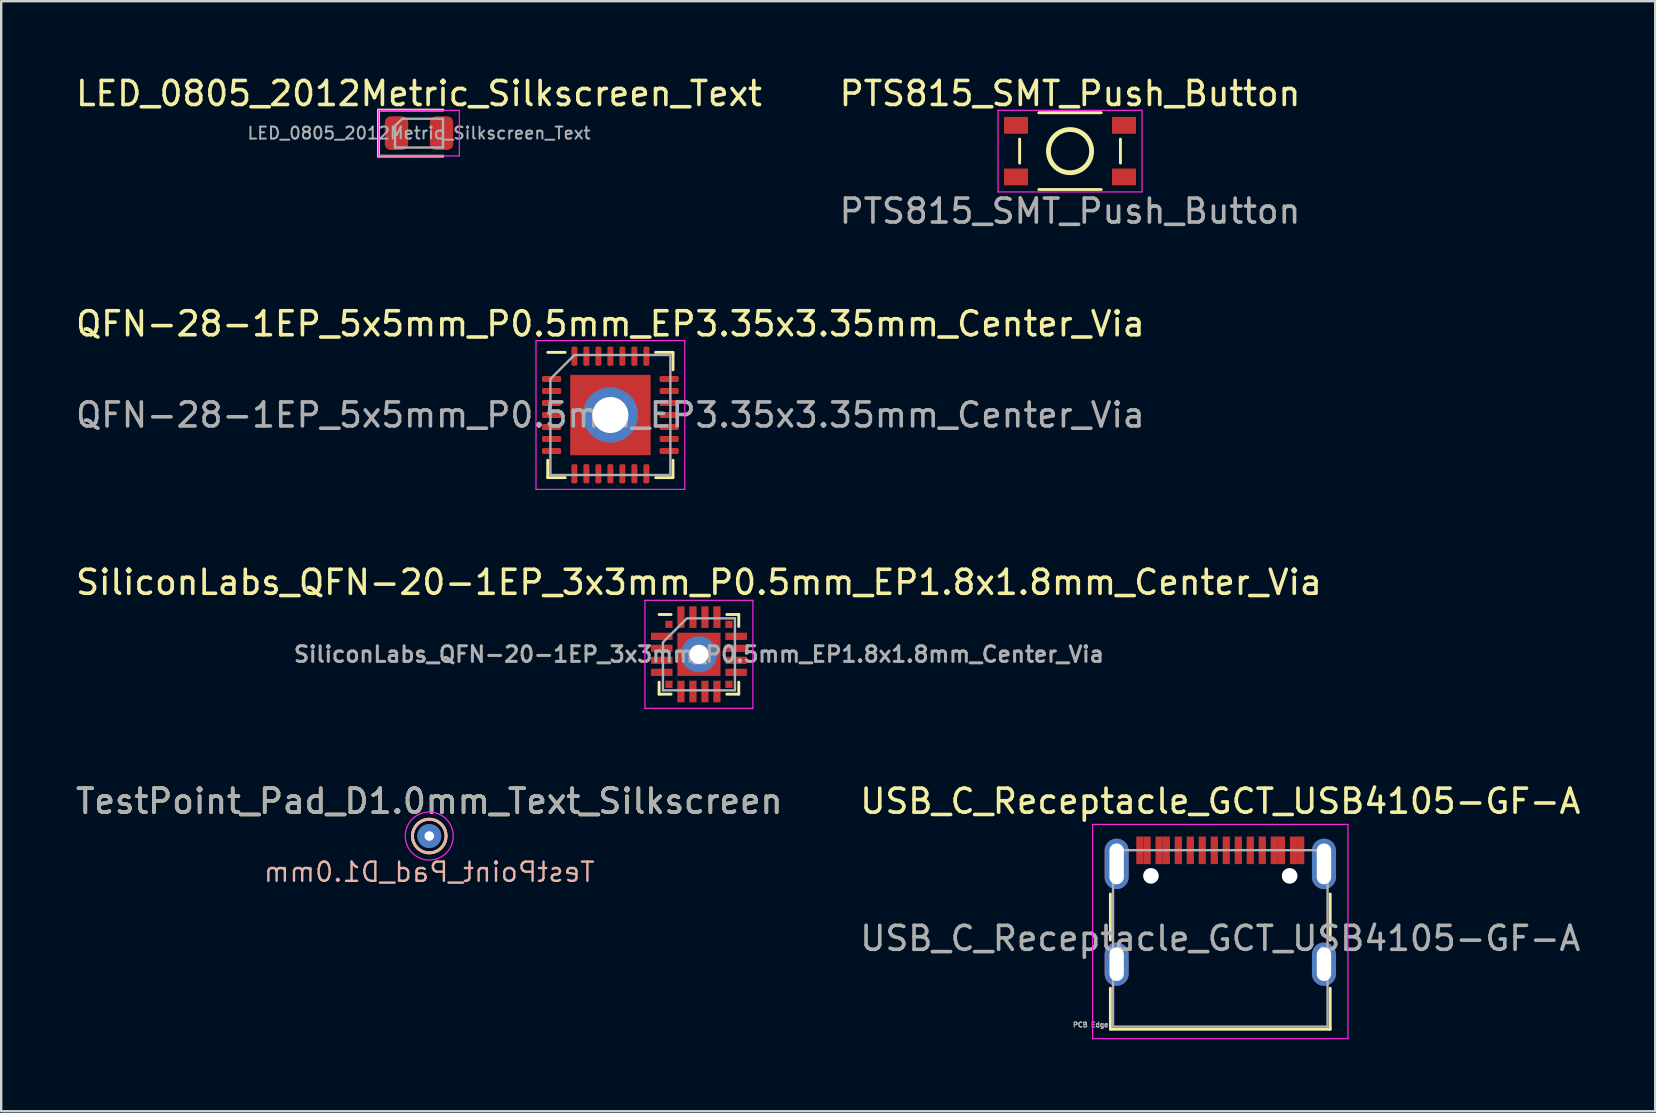
<source format=kicad_pcb>
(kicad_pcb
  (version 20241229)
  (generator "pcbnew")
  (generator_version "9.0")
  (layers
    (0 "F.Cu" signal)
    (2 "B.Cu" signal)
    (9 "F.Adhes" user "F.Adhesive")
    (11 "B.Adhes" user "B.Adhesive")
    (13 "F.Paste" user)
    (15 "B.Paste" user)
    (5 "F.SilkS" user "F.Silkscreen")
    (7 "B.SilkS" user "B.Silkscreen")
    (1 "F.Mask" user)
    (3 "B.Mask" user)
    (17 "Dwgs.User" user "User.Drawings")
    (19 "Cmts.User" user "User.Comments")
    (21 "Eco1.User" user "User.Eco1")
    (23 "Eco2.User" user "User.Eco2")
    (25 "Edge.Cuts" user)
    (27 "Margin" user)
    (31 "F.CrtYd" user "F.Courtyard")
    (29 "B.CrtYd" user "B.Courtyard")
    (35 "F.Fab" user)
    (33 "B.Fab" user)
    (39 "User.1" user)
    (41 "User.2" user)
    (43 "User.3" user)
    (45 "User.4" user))
  (footprint "QFN-28-1EP_5x5mm_P0.5mm_EP3.35x3.35mm_Center_Via"
    (layer "F.Cu")
    (at 22.387 14.245)
    (property "Reference" "QFN-28-1EP_5x5mm_P0.5mm_EP3.35x3.35mm_Center_Via" (at 0 -3.8 0) (layer "F.SilkS") (effects (font (size 1 1) (thickness 0.15))))
    (attr smd)
    (fp_line (start -2.61 2.61) (end -2.61 1.885) (stroke (width 0.12) (type solid)) (layer "F.SilkS"))
    (fp_line (start -1.885 -2.61) (end -2.61 -2.61) (stroke (width 0.12) (type solid)) (layer "F.SilkS"))
    (fp_line (start -1.885 2.61) (end -2.61 2.61) (stroke (width 0.12) (type solid)) (layer "F.SilkS"))
    (fp_line (start 1.885 -2.61) (end 2.61 -2.61) (stroke (width 0.12) (type solid)) (layer "F.SilkS"))
    (fp_line (start 1.885 2.61) (end 2.61 2.61) (stroke (width 0.12) (type solid)) (layer "F.SilkS"))
    (fp_line (start 2.61 -2.61) (end 2.61 -1.885) (stroke (width 0.12) (type solid)) (layer "F.SilkS"))
    (fp_line (start 2.61 2.61) (end 2.61 1.885) (stroke (width 0.12) (type solid)) (layer "F.SilkS"))
    (fp_line (start -3.1 -3.1) (end -3.1 3.1) (stroke (width 0.05) (type solid)) (layer "F.CrtYd"))
    (fp_line (start -3.1 3.1) (end 3.1 3.1) (stroke (width 0.05) (type solid)) (layer "F.CrtYd"))
    (fp_line (start 3.1 -3.1) (end -3.1 -3.1) (stroke (width 0.05) (type solid)) (layer "F.CrtYd"))
    (fp_line (start 3.1 3.1) (end 3.1 -3.1) (stroke (width 0.05) (type solid)) (layer "F.CrtYd"))
    (fp_line (start -2.5 -1.5) (end -1.5 -2.5) (stroke (width 0.1) (type solid)) (layer "F.Fab"))
    (fp_line (start -2.5 2.5) (end -2.5 -1.5) (stroke (width 0.1) (type solid)) (layer "F.Fab"))
    (fp_line (start -1.5 -2.5) (end 2.5 -2.5) (stroke (width 0.1) (type solid)) (layer "F.Fab"))
    (fp_line (start 2.5 -2.5) (end 2.5 2.5) (stroke (width 0.1) (type solid)) (layer "F.Fab"))
    (fp_line (start 2.5 2.5) (end -2.5 2.5) (stroke (width 0.1) (type solid)) (layer "F.Fab"))
    (fp_text user "${REFERENCE}" (at 0 0 0) (layer "F.Fab") (effects (font (size 1 1) (thickness 0.15))))
    (pad "" smd roundrect (at -1.12 -1.12) (size 0.9 0.9) (layers "F.Paste") (roundrect_rratio 0.25))
    (pad "" smd roundrect (at -1.12 0) (size 0.9 0.9) (layers "F.Paste") (roundrect_rratio 0.25))
    (pad "" smd roundrect (at -1.12 1.12) (size 0.9 0.9) (layers "F.Paste") (roundrect_rratio 0.25))
    (pad "" smd roundrect (at 0 -1.12) (size 0.9 0.9) (layers "F.Paste") (roundrect_rratio 0.25))
    (pad "" smd roundrect (at 0 1.12) (size 0.9 0.9) (layers "F.Paste") (roundrect_rratio 0.25))
    (pad "" smd roundrect (at 1.12 -1.12) (size 0.9 0.9) (layers "F.Paste") (roundrect_rratio 0.25))
    (pad "" smd roundrect (at 1.12 0) (size 0.9 0.9) (layers "F.Paste") (roundrect_rratio 0.25))
    (pad "" smd roundrect (at 1.12 1.12) (size 0.9 0.9) (layers "F.Paste") (roundrect_rratio 0.25))
    (pad "1" smd roundrect (at -2.45 -1.5) (size 0.8 0.25) (layers "F.Cu" "F.Mask" "F.Paste") (roundrect_rratio 0.25))
    (pad "2" smd roundrect (at -2.45 -1) (size 0.8 0.25) (layers "F.Cu" "F.Mask" "F.Paste") (roundrect_rratio 0.25))
    (pad "3" smd roundrect (at -2.45 -0.5) (size 0.8 0.25) (layers "F.Cu" "F.Mask" "F.Paste") (roundrect_rratio 0.25))
    (pad "4" smd roundrect (at -2.45 0) (size 0.8 0.25) (layers "F.Cu" "F.Mask" "F.Paste") (roundrect_rratio 0.25))
    (pad "5" smd roundrect (at -2.45 0.5) (size 0.8 0.25) (layers "F.Cu" "F.Mask" "F.Paste") (roundrect_rratio 0.25))
    (pad "6" smd roundrect (at -2.45 1) (size 0.8 0.25) (layers "F.Cu" "F.Mask" "F.Paste") (roundrect_rratio 0.25))
    (pad "7" smd roundrect (at -2.45 1.5) (size 0.8 0.25) (layers "F.Cu" "F.Mask" "F.Paste") (roundrect_rratio 0.25))
    (pad "8" smd roundrect (at -1.5 2.45) (size 0.25 0.8) (layers "F.Cu" "F.Mask" "F.Paste") (roundrect_rratio 0.25))
    (pad "9" smd roundrect (at -1 2.45) (size 0.25 0.8) (layers "F.Cu" "F.Mask" "F.Paste") (roundrect_rratio 0.25))
    (pad "10" smd roundrect (at -0.5 2.45) (size 0.25 0.8) (layers "F.Cu" "F.Mask" "F.Paste") (roundrect_rratio 0.25))
    (pad "11" smd roundrect (at 0 2.45) (size 0.25 0.8) (layers "F.Cu" "F.Mask" "F.Paste") (roundrect_rratio 0.25))
    (pad "12" smd roundrect (at 0.5 2.45) (size 0.25 0.8) (layers "F.Cu" "F.Mask" "F.Paste") (roundrect_rratio 0.25))
    (pad "13" smd roundrect (at 1 2.45) (size 0.25 0.8) (layers "F.Cu" "F.Mask" "F.Paste") (roundrect_rratio 0.25))
    (pad "14" smd roundrect (at 1.5 2.45) (size 0.25 0.8) (layers "F.Cu" "F.Mask" "F.Paste") (roundrect_rratio 0.25))
    (pad "15" smd roundrect (at 2.45 1.5) (size 0.8 0.25) (layers "F.Cu" "F.Mask" "F.Paste") (roundrect_rratio 0.25))
    (pad "16" smd roundrect (at 2.45 1) (size 0.8 0.25) (layers "F.Cu" "F.Mask" "F.Paste") (roundrect_rratio 0.25))
    (pad "17" smd roundrect (at 2.45 0.5) (size 0.8 0.25) (layers "F.Cu" "F.Mask" "F.Paste") (roundrect_rratio 0.25))
    (pad "18" smd roundrect (at 2.45 0) (size 0.8 0.25) (layers "F.Cu" "F.Mask" "F.Paste") (roundrect_rratio 0.25))
    (pad "19" smd roundrect (at 2.45 -0.5) (size 0.8 0.25) (layers "F.Cu" "F.Mask" "F.Paste") (roundrect_rratio 0.25))
    (pad "20" smd roundrect (at 2.45 -1) (size 0.8 0.25) (layers "F.Cu" "F.Mask" "F.Paste") (roundrect_rratio 0.25))
    (pad "21" smd roundrect (at 2.45 -1.5) (size 0.8 0.25) (layers "F.Cu" "F.Mask" "F.Paste") (roundrect_rratio 0.25))
    (pad "22" smd roundrect (at 1.5 -2.45) (size 0.25 0.8) (layers "F.Cu" "F.Mask" "F.Paste") (roundrect_rratio 0.25))
    (pad "23" smd roundrect (at 1 -2.45) (size 0.25 0.8) (layers "F.Cu" "F.Mask" "F.Paste") (roundrect_rratio 0.25))
    (pad "24" smd roundrect (at 0.5 -2.45) (size 0.25 0.8) (layers "F.Cu" "F.Mask" "F.Paste") (roundrect_rratio 0.25))
    (pad "25" smd roundrect (at 0 -2.45) (size 0.25 0.8) (layers "F.Cu" "F.Mask" "F.Paste") (roundrect_rratio 0.25))
    (pad "26" smd roundrect (at -0.5 -2.45) (size 0.25 0.8) (layers "F.Cu" "F.Mask" "F.Paste") (roundrect_rratio 0.25))
    (pad "27" smd roundrect (at -1 -2.45) (size 0.25 0.8) (layers "F.Cu" "F.Mask" "F.Paste") (roundrect_rratio 0.25))
    (pad "28" smd roundrect (at -1.5 -2.45) (size 0.25 0.8) (layers "F.Cu" "F.Mask" "F.Paste") (roundrect_rratio 0.25))
    (pad "29" thru_hole circle (at 0 0) (size 2.3 2.3) (drill 1.5) (layers "*.Cu" "*.Mask"))
    (pad "29" smd rect (at 0 0) (size 3.35 3.35) (layers "F.Cu" "F.Mask")))
  (footprint "PTS815_SMT_Push_Button"
    (layer "F.Cu")
    (at 41.542 3.248)
    (property "Reference" "PTS815_SMT_Push_Button" (at 0 -2.4 0) (unlocked yes) (layer "F.SilkS") (effects (font (size 1 1) (thickness 0.15))))
    (attr smd)
    (fp_line (start -2.1 -0.5) (end -2.1 0.5) (stroke (width 0.12) (type solid)) (layer "F.SilkS"))
    (fp_line (start -1.3 -1.6) (end 1.3 -1.6) (stroke (width 0.12) (type solid)) (layer "F.SilkS"))
    (fp_line (start -1.3 1.6) (end 1.3 1.6) (stroke (width 0.12) (type solid)) (layer "F.SilkS"))
    (fp_line (start 2.1 -0.5) (end 2.1 0.5) (stroke (width 0.12) (type solid)) (layer "F.SilkS"))
    (fp_circle (center 0 0) (end 0.9 0) (stroke (width 0.2) (type solid)) (fill no) (layer "F.SilkS"))
    (fp_line (start -3 -1.7) (end 3 -1.7) (stroke (width 0.05) (type solid)) (layer "F.CrtYd"))
    (fp_line (start -3 1.7) (end -3 -1.7) (stroke (width 0.05) (type solid)) (layer "F.CrtYd"))
    (fp_line (start 3 -1.7) (end 3 1.7) (stroke (width 0.05) (type solid)) (layer "F.CrtYd"))
    (fp_line (start 3 1.7) (end -3 1.7) (stroke (width 0.05) (type solid)) (layer "F.CrtYd"))
    (fp_text user "${REFERENCE}" (at 0 2.5 0) (unlocked yes) (layer "F.Fab") (effects (font (size 1 1) (thickness 0.15))))
    (pad "1" smd rect (at -2.25 -1.075) (size 1 0.7) (layers "F.Cu" "F.Mask" "F.Paste"))
    (pad "2" smd rect (at 2.25 -1.075) (size 1 0.7) (layers "F.Cu" "F.Mask" "F.Paste"))
    (pad "3" smd rect (at -2.25 1.075) (size 1 0.7) (layers "F.Cu" "F.Mask" "F.Paste"))
    (pad "4" smd rect (at 2.25 1.075) (size 1 0.7) (layers "F.Cu" "F.Mask" "F.Paste")))
  (footprint "TestPoint_Pad_D1.0mm_Text_Silkscreen"
    (layer "F.Cu")
    (at 14.839 31.791)
    (property "Reference" "TestPoint_Pad_D1.0mm_Text_Silkscreen" (at 0 -1.448 0) (layer "F.SilkS") (effects (font (size 1 1) (thickness 0.15))))
    (property "Value" "TestPoint_Pad_D1.0mm" (at 0 1.55 0) (layer "F.SilkS") (hide yes) (effects (font (size 0.8 0.8) (thickness 0.1))))
    (attr through_hole exclude_from_pos_files exclude_from_bom)
    (fp_circle (center 0 0) (end 0 0.7) (stroke (width 0.12) (type solid)) (fill no) (layer "F.SilkS"))
    (fp_circle (center 0 0) (end 0 0.7) (stroke (width 0.12) (type solid)) (fill no) (layer "B.SilkS"))
    (fp_circle (center 0 0) (end 1 0) (stroke (width 0.05) (type solid)) (fill no) (layer "F.CrtYd"))
    (fp_text user "${VALUE}" (at 0 1.5 0) (layer "B.SilkS") (effects (font (size 0.8 0.8) (thickness 0.1)) (justify mirror)))
    (fp_text user "${REFERENCE}" (at 0 -1.45 0) (layer "F.Fab") (effects (font (size 1 1) (thickness 0.15))))
    (pad "1" thru_hole circle (at 0 0) (size 1 1) (drill 0.4) (layers "*.Cu" "*.Mask")))
  (footprint "SiliconLabs_QFN-20-1EP_3x3mm_P0.5mm_EP1.8x1.8mm_Center_Via"
    (layer "F.Cu")
    (at 26.077 24.218)
    (property "Reference" "SiliconLabs_QFN-20-1EP_3x3mm_P0.5mm_EP1.8x1.8mm_Center_Via" (at 0 -3 0) (layer "F.SilkS") (effects (font (size 1 1) (thickness 0.15))))
    (attr smd)
    (fp_line (start -1.66 -1.66) (end -1.16 -1.66) (stroke (width 0.12) (type solid)) (layer "F.SilkS"))
    (fp_line (start -1.66 1.66) (end -1.66 1.16) (stroke (width 0.12) (type solid)) (layer "F.SilkS"))
    (fp_line (start -1.16 1.66) (end -1.66 1.66) (stroke (width 0.12) (type solid)) (layer "F.SilkS"))
    (fp_line (start 1.16 -1.66) (end 1.66 -1.66) (stroke (width 0.12) (type solid)) (layer "F.SilkS"))
    (fp_line (start 1.16 1.66) (end 1.66 1.66) (stroke (width 0.12) (type solid)) (layer "F.SilkS"))
    (fp_line (start 1.66 -1.66) (end 1.66 -1.16) (stroke (width 0.12) (type solid)) (layer "F.SilkS"))
    (fp_line (start 1.66 1.66) (end 1.66 1.16) (stroke (width 0.12) (type solid)) (layer "F.SilkS"))
    (fp_line (start -2.25 -2.25) (end -2.25 2.25) (stroke (width 0.05) (type solid)) (layer "F.CrtYd"))
    (fp_line (start -2.25 2.25) (end 2.25 2.25) (stroke (width 0.05) (type solid)) (layer "F.CrtYd"))
    (fp_line (start 2.25 -2.25) (end -2.25 -2.25) (stroke (width 0.05) (type solid)) (layer "F.CrtYd"))
    (fp_line (start 2.25 2.25) (end 2.25 -2.25) (stroke (width 0.05) (type solid)) (layer "F.CrtYd"))
    (fp_line (start -1.5 -0.5) (end -0.5 -1.5) (stroke (width 0.1) (type solid)) (layer "F.Fab"))
    (fp_line (start -1.5 1.5) (end -1.5 -0.5) (stroke (width 0.1) (type solid)) (layer "F.Fab"))
    (fp_line (start -0.5 -1.5) (end 1.5 -1.5) (stroke (width 0.1) (type solid)) (layer "F.Fab"))
    (fp_line (start 1.5 -1.5) (end 1.5 1.5) (stroke (width 0.1) (type solid)) (layer "F.Fab"))
    (fp_line (start 1.5 1.5) (end -1.5 1.5) (stroke (width 0.1) (type solid)) (layer "F.Fab"))
    (fp_text user "${REFERENCE}" (at 0 0 0) (layer "F.Fab") (effects (font (size 0.65 0.65) (thickness 0.125))))
    (pad "" smd rect (at -0.45 -0.45) (size 0.54 0.54) (layers "F.Paste"))
    (pad "" smd rect (at -0.45 0.45) (size 0.54 0.54) (layers "F.Paste"))
    (pad "" smd rect (at 0.45 -0.45) (size 0.54 0.54) (layers "F.Paste"))
    (pad "" smd rect (at 0.45 0.45) (size 0.54 0.54) (layers "F.Paste"))
    (pad "1" smd rect (at -1.25 -1.25) (size 0.3 0.3) (layers "F.Cu" "F.Mask" "F.Paste"))
    (pad "2" smd rect (at -1.55 -0.75) (size 0.9 0.3) (layers "F.Cu" "F.Mask" "F.Paste"))
    (pad "3" smd rect (at -1.55 -0.25) (size 0.9 0.3) (layers "F.Cu" "F.Mask" "F.Paste"))
    (pad "4" smd rect (at -1.55 0.25) (size 0.9 0.3) (layers "F.Cu" "F.Mask" "F.Paste"))
    (pad "5" smd rect (at -1.55 0.75) (size 0.9 0.3) (layers "F.Cu" "F.Mask" "F.Paste"))
    (pad "6" smd rect (at -1.25 1.25) (size 0.3 0.3) (layers "F.Cu" "F.Mask" "F.Paste"))
    (pad "7" smd rect (at -0.75 1.55 90) (size 0.9 0.3) (layers "F.Cu" "F.Mask" "F.Paste"))
    (pad "8" smd rect (at -0.25 1.55 90) (size 0.9 0.3) (layers "F.Cu" "F.Mask" "F.Paste"))
    (pad "9" smd rect (at 0.25 1.55 90) (size 0.9 0.3) (layers "F.Cu" "F.Mask" "F.Paste"))
    (pad "10" smd rect (at 0.75 1.55 90) (size 0.9 0.3) (layers "F.Cu" "F.Mask" "F.Paste"))
    (pad "11" smd rect (at 1.25 1.25) (size 0.3 0.3) (layers "F.Cu" "F.Mask" "F.Paste"))
    (pad "12" smd rect (at 1.55 0.75) (size 0.9 0.3) (layers "F.Cu" "F.Mask" "F.Paste"))
    (pad "13" smd rect (at 1.55 0.25) (size 0.9 0.3) (layers "F.Cu" "F.Mask" "F.Paste"))
    (pad "14" smd rect (at 1.55 -0.25) (size 0.9 0.3) (layers "F.Cu" "F.Mask" "F.Paste"))
    (pad "15" smd rect (at 1.55 -0.75) (size 0.9 0.3) (layers "F.Cu" "F.Mask" "F.Paste"))
    (pad "16" smd rect (at 1.25 -1.25) (size 0.3 0.3) (layers "F.Cu" "F.Mask" "F.Paste"))
    (pad "17" smd rect (at 0.75 -1.55 90) (size 0.9 0.3) (layers "F.Cu" "F.Mask" "F.Paste"))
    (pad "18" smd rect (at 0.25 -1.55 90) (size 0.9 0.3) (layers "F.Cu" "F.Mask" "F.Paste"))
    (pad "19" smd rect (at -0.25 -1.55 90) (size 0.9 0.3) (layers "F.Cu" "F.Mask" "F.Paste"))
    (pad "20" smd rect (at -0.75 -1.55 90) (size 0.9 0.3) (layers "F.Cu" "F.Mask" "F.Paste"))
    (pad "21" thru_hole circle (at 0 0) (size 1.5 1.5) (drill 0.8) (layers "*.Cu" "*.Mask"))
    (pad "21" smd rect (at 0 0) (size 1.8 1.8) (layers "F.Cu" "F.Mask")))
  (footprint "LED_0805_2012Metric_Silkscreen_Text"
    (layer "F.Cu")
    (at 14.411 2.498)
    (property "Reference" "LED_0805_2012Metric_Silkscreen_Text" (at 0 -1.65 0) (layer "F.SilkS") (effects (font (size 1 1) (thickness 0.15))))
    (attr smd)
    (fp_line (start -1.685 -0.96) (end -1.685 0.96) (stroke (width 0.12) (type solid)) (layer "F.SilkS"))
    (fp_line (start -1.685 0.96) (end 1 0.96) (stroke (width 0.12) (type solid)) (layer "F.SilkS"))
    (fp_line (start 1 -0.96) (end -1.685 -0.96) (stroke (width 0.12) (type solid)) (layer "F.SilkS"))
    (fp_line (start -1.68 -0.95) (end 1.68 -0.95) (stroke (width 0.05) (type solid)) (layer "F.CrtYd"))
    (fp_line (start -1.68 0.95) (end -1.68 -0.95) (stroke (width 0.05) (type solid)) (layer "F.CrtYd"))
    (fp_line (start 1.68 -0.95) (end 1.68 0.95) (stroke (width 0.05) (type solid)) (layer "F.CrtYd"))
    (fp_line (start 1.68 0.95) (end -1.68 0.95) (stroke (width 0.05) (type solid)) (layer "F.CrtYd"))
    (fp_line (start -1 -0.3) (end -1 0.6) (stroke (width 0.1) (type solid)) (layer "F.Fab"))
    (fp_line (start -1 0.6) (end 1 0.6) (stroke (width 0.1) (type solid)) (layer "F.Fab"))
    (fp_line (start -0.7 -0.6) (end -1 -0.3) (stroke (width 0.1) (type solid)) (layer "F.Fab"))
    (fp_line (start 1 -0.6) (end -0.7 -0.6) (stroke (width 0.1) (type solid)) (layer "F.Fab"))
    (fp_line (start 1 0.6) (end 1 -0.6) (stroke (width 0.1) (type solid)) (layer "F.Fab"))
    (fp_text user "${REFERENCE}" (at 0 0 0) (layer "F.Fab") (effects (font (size 0.5 0.5) (thickness 0.08))))
    (pad "1" smd roundrect (at -0.938 0) (size 0.975 1.4) (layers "F.Cu" "F.Mask" "F.Paste") (roundrect_rratio 0.25))
    (pad "2" smd roundrect (at 0.938 0) (size 0.975 1.4) (layers "F.Cu" "F.Mask" "F.Paste") (roundrect_rratio 0.25)))
  (footprint "USB_C_Receptacle_GCT_USB4105-GF-A"
    (layer "F.Cu")
    (at 47.804 36.056)
    (property "Reference" "USB_C_Receptacle_GCT_USB4105-GF-A" (at 0 -5.715 0) (layer "F.SilkS") (effects (font (size 1 1) (thickness 0.15))))
    (attr smd)
    (fp_line (start -4.58 -1.85) (end -4.58 0.07) (stroke (width 0.12) (type solid)) (layer "F.SilkS"))
    (fp_line (start -4.58 3.785) (end -4.58 2.08) (stroke (width 0.12) (type solid)) (layer "F.SilkS"))
    (fp_line (start 4.58 0.07) (end 4.58 -1.85) (stroke (width 0.12) (type solid)) (layer "F.SilkS"))
    (fp_line (start 4.58 2.08) (end 4.58 3.785) (stroke (width 0.12) (type solid)) (layer "F.SilkS"))
    (fp_line (start 4.58 3.785) (end -4.58 3.785) (stroke (width 0.12) (type solid)) (layer "F.SilkS"))
    (fp_line (start -5.32 -4.75) (end 5.32 -4.75) (stroke (width 0.05) (type solid)) (layer "F.CrtYd"))
    (fp_line (start -5.32 4.18) (end -5.32 -4.75) (stroke (width 0.05) (type solid)) (layer "F.CrtYd"))
    (fp_line (start 5.32 -4.75) (end 5.32 4.18) (stroke (width 0.05) (type solid)) (layer "F.CrtYd"))
    (fp_line (start 5.32 4.18) (end -5.32 4.18) (stroke (width 0.05) (type solid)) (layer "F.CrtYd"))
    (fp_line (start -4.47 -3.675) (end -4.47 3.675) (stroke (width 0.1) (type solid)) (layer "F.Fab"))
    (fp_line (start -4.47 -3.675) (end 4.47 -3.675) (stroke (width 0.1) (type solid)) (layer "F.Fab"))
    (fp_line (start -4.47 3.675) (end 4.47 3.675) (stroke (width 0.1) (type solid)) (layer "F.Fab"))
    (fp_line (start 4.47 3.675) (end 4.47 -3.675) (stroke (width 0.1) (type solid)) (layer "F.Fab"))
    (fp_text user "${REFERENCE}" (at 0 0 0) (layer "F.Fab") (effects (font (size 1 1) (thickness 0.15))))
    (fp_text user "PCB Edge" (at -5.4 3.6 0) (unlocked yes) (layer "F.Fab") (effects (font (size 0.2 0.2) (thickness 0.05))))
    (pad "" np_thru_hole circle (at -2.89 -2.605) (size 0.65 0.65) (drill 0.65) (layers "*.Cu" "*.Mask"))
    (pad "" np_thru_hole circle (at 2.89 -2.605) (size 0.65 0.65) (drill 0.65) (layers "*.Cu" "*.Mask"))
    (pad "A1" smd rect (at -3.35 -3.67) (size 0.3 1.15) (layers "F.Cu" "F.Mask" "F.Paste"))
    (pad "A4" smd rect (at -2.55 -3.67) (size 0.3 1.15) (layers "F.Cu" "F.Mask" "F.Paste"))
    (pad "A5" smd rect (at -1.25 -3.67) (size 0.3 1.15) (layers "F.Cu" "F.Mask" "F.Paste"))
    (pad "A6" smd rect (at -0.25 -3.67) (size 0.3 1.15) (layers "F.Cu" "F.Mask" "F.Paste"))
    (pad "A7" smd rect (at 0.25 -3.67) (size 0.3 1.15) (layers "F.Cu" "F.Mask" "F.Paste"))
    (pad "A8" smd rect (at 1.25 -3.67) (size 0.3 1.15) (layers "F.Cu" "F.Mask" "F.Paste"))
    (pad "A9" smd rect (at 2.55 -3.67) (size 0.3 1.15) (layers "F.Cu" "F.Mask" "F.Paste"))
    (pad "A12" smd rect (at 3.35 -3.67) (size 0.3 1.15) (layers "F.Cu" "F.Mask" "F.Paste"))
    (pad "B1" smd rect (at 3.05 -3.67) (size 0.3 1.15) (layers "F.Cu" "F.Mask" "F.Paste"))
    (pad "B4" smd rect (at 2.25 -3.67) (size 0.3 1.15) (layers "F.Cu" "F.Mask" "F.Paste"))
    (pad "B5" smd rect (at 1.75 -3.67) (size 0.3 1.15) (layers "F.Cu" "F.Mask" "F.Paste"))
    (pad "B6" smd rect (at 0.75 -3.67) (size 0.3 1.15) (layers "F.Cu" "F.Mask" "F.Paste"))
    (pad "B7" smd rect (at -0.75 -3.67) (size 0.3 1.15) (layers "F.Cu" "F.Mask" "F.Paste"))
    (pad "B8" smd rect (at -1.75 -3.67) (size 0.3 1.15) (layers "F.Cu" "F.Mask" "F.Paste"))
    (pad "B9" smd rect (at -2.25 -3.67) (size 0.3 1.15) (layers "F.Cu" "F.Mask" "F.Paste"))
    (pad "B12" smd rect (at -3.05 -3.67) (size 0.3 1.15) (layers "F.Cu" "F.Mask" "F.Paste"))
    (pad "S1" thru_hole oval (at -4.32 -3.105) (size 1 2.1) (drill oval 0.6 1.7) (layers "*.Cu" "*.Mask"))
    (pad "S1" thru_hole oval (at -4.32 1.075) (size 1 1.8) (drill oval 0.6 1.4) (layers "*.Cu" "*.Mask"))
    (pad "S1" thru_hole oval (at 4.32 -3.105) (size 1 2.1) (drill oval 0.6 1.7) (layers "*.Cu" "*.Mask"))
    (pad "S1" thru_hole oval (at 4.32 1.075) (size 1 1.8) (drill oval 0.6 1.4) (layers "*.Cu" "*.Mask")))
  (gr_rect
    (start -3 -3)
    (end 65.929 43.261)
    (stroke (width 0.1) (type default))
    (fill no)
    (layer "Edge.Cuts")))
</source>
